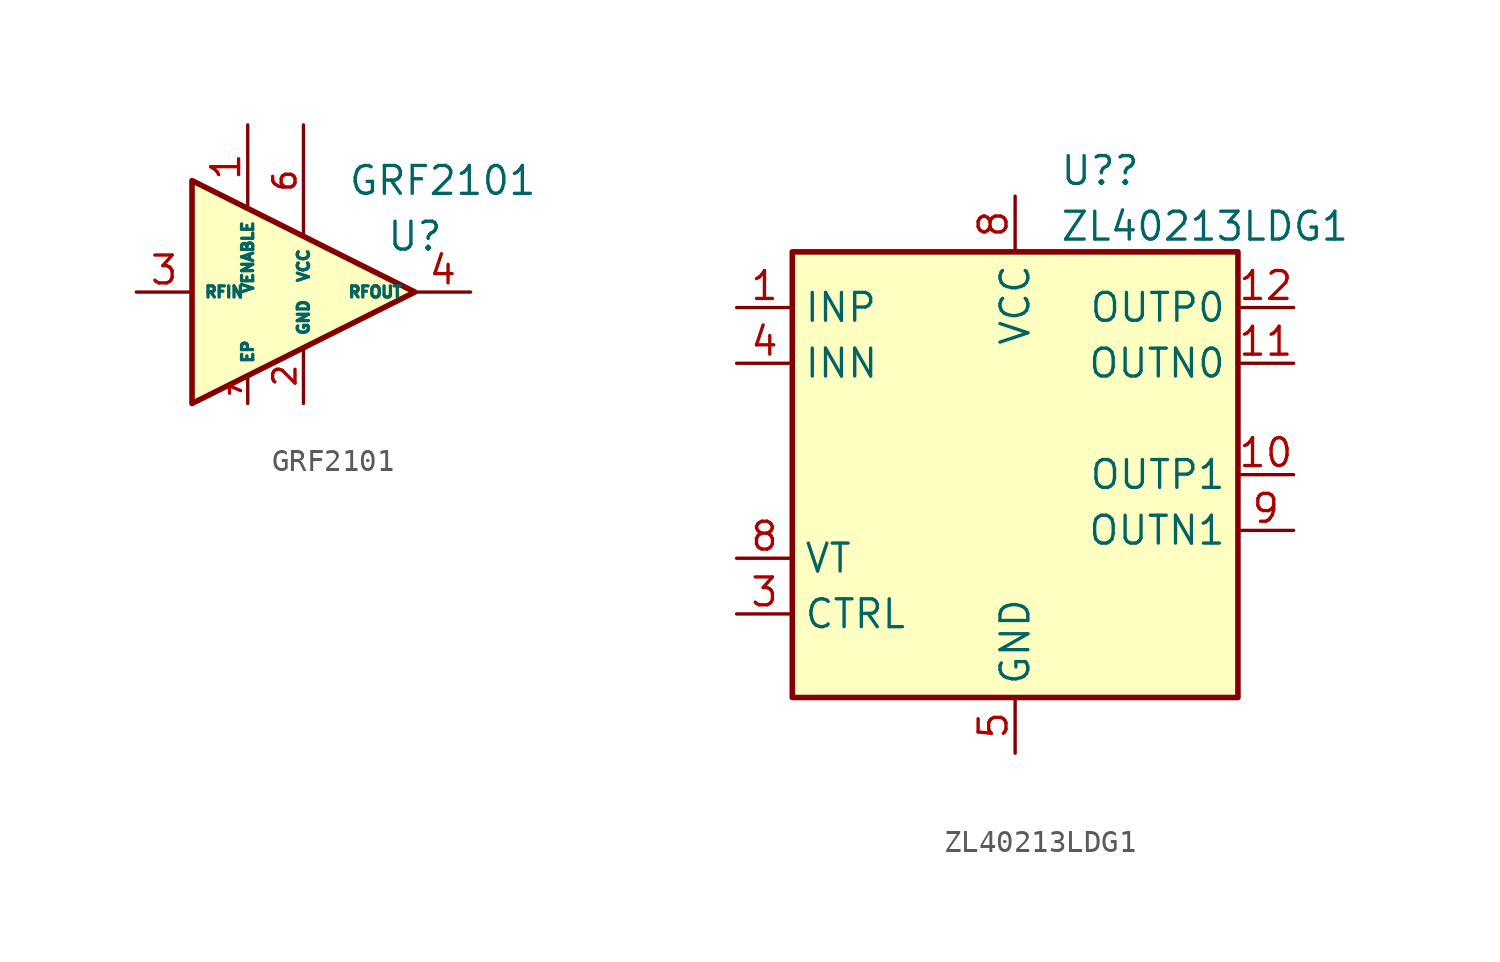
<source format=kicad_sym>
(kicad_symbol_lib
  (version 20211014)
  (generator kicad_symbol_editor)
  (symbol "GRF2101"
    (property "Reference" "U"
      (at 6.35 2.54 0)
      (effects (font (size 1.27 1.27))))
    (property "Value" "GRF2101"
      (at 7.62 5.08 0)
      (effects (font (size 1.27 1.27))))
    (symbol "GRF2101_0_1"
      (polyline (pts (xy -3.81 5.08) (xy -3.81 -2.54) (xy -3.81 -5.08) (xy 6.35 0) (xy -3.81 5.08)) (stroke (width 0.254) (type default) (color 0 0 0 0)) (fill (type background))))
    (symbol "GRF2101_1_1"
      (pin input line (at -1.27 7.62 270) (length 3.81) (name "VENABLE" (effects (font (size 0.508 0.508)))) (number "1" (effects (font (size 1.27 1.27)))))
      (pin power_in line (at 1.27 -5.08 90) (length 2.54) (name "GND" (effects (font (size 0.508 0.508)))) (number "2" (effects (font (size 1.016 1.016)))))
      (pin input line (at -6.35 0 0) (length 2.54) (name "RFIN" (effects (font (size 0.508 0.508)))) (number "3" (effects (font (size 1.27 1.27)))))
      (pin output line (at 8.89 0 180) (length 2.54) (name "RFOUT" (effects (font (size 0.508 0.508)))) (number "4" (effects (font (size 1.27 1.27)))))
      (pin passive line (at 1.27 -5.08 90) (length 2.54) hide (name "GND" (effects (font (size 0.508 0.508)))) (number "5" (effects (font (size 1.016 1.016)))))
      (pin power_in line (at 1.27 7.62 270) (length 5.08) (name "VCC" (effects (font (size 0.508 0.508)))) (number "6" (effects (font (size 1.016 1.016)))))
      (pin passive line (at -1.27 -5.08 90) (length 1.27) (name "EP" (effects (font (size 0.508 0.508)))) (number "7" (effects (font (size 0.508 0.508)))))))
  (symbol "ZL40213LDG1"
    (property "Reference" "U?"
      (at 2.019 13.86 0)
      (effects (font (size 1.27 1.27)) (justify left)))
    (property "Value" "ZL40213LDG1"
      (at 2.019 11.323 0)
      (effects (font (size 1.27 1.27)) (justify left)))
    (symbol "ZL40213LDG1_0_0"
      (pin input line (at -12.7 7.62 0) (length 2.54) (name "INP" (effects (font (size 1.27 1.27)))) (number "1" (effects (font (size 1.27 1.27)))))
      (pin output line (at 12.7 0 180) (length 2.54) (name "OUTP1" (effects (font (size 1.27 1.27)))) (number "10" (effects (font (size 1.27 1.27)))))
      (pin output line (at 12.7 5.08 180) (length 2.54) (name "OUTN0" (effects (font (size 1.27 1.27)))) (number "11" (effects (font (size 1.27 1.27)))))
      (pin output line (at 12.7 7.62 180) (length 2.54) (name "OUTP0" (effects (font (size 1.27 1.27)))) (number "12" (effects (font (size 1.27 1.27)))))
      (pin passive line (at 0 12.7 270) (length 2.54) hide (name "VCC" (effects (font (size 1.27 1.27)))) (number "13" (effects (font (size 1.27 1.27)))))
      (pin no_connect line (at 10.16 2.54 180) (length 2.54) hide (name "NC" (effects (font (size 1.27 1.27)))) (number "14" (effects (font (size 1.27 1.27)))))
      (pin no_connect line (at 10.16 -5.08 180) (length 2.54) hide (name "NC" (effects (font (size 1.27 1.27)))) (number "15" (effects (font (size 1.27 1.27)))))
      (pin passive line (at 0 -12.7 90) (length 2.54) hide (name "GND" (effects (font (size 1.27 1.27)))) (number "16" (effects (font (size 1.27 1.27)))))
      (pin no_connect line (at 10.16 -7.62 180) (length 2.54) hide (name "PAD" (effects (font (size 1.27 1.27)))) (number "17" (effects (font (size 1.27 1.27)))))
      (pin input line (at -12.7 -6.35 0) (length 2.54) (name "CTRL" (effects (font (size 1.27 1.27)))) (number "3" (effects (font (size 1.27 1.27)))))
      (pin input line (at -12.7 5.08 0) (length 2.54) (name "INN" (effects (font (size 1.27 1.27)))) (number "4" (effects (font (size 1.27 1.27)))))
      (pin power_in line (at 0 -12.7 90) (length 2.54) (name "GND" (effects (font (size 1.27 1.27)))) (number "5" (effects (font (size 1.27 1.27)))))
      (pin no_connect line (at -10.16 2.54 0) (length 2.54) hide (name "NC" (effects (font (size 1.27 1.27)))) (number "6" (effects (font (size 1.27 1.27)))))
      (pin no_connect line (at -10.16 0 0) (length 2.54) hide (name "NC" (effects (font (size 1.27 1.27)))) (number "7" (effects (font (size 1.27 1.27)))))
      (pin power_in line (at 0 12.7 270) (length 2.54) (name "VCC" (effects (font (size 1.27 1.27)))) (number "8" (effects (font (size 1.27 1.27)))))
      (pin input line (at -12.7 -3.81 0) (length 2.54) (name "VT" (effects (font (size 1.27 1.27)))) (number "8" (effects (font (size 1.27 1.27)))))
      (pin output line (at 12.7 -2.54 180) (length 2.54) (name "OUTN1" (effects (font (size 1.27 1.27)))) (number "9" (effects (font (size 1.27 1.27))))))
    (symbol "ZL40213LDG1_0_1"
      (rectangle (start -10.16 10.16) (end 10.16 -10.16) (stroke (width 0.254) (type default) (color 0 0 0 0)) (fill (type background))))))
</source>
